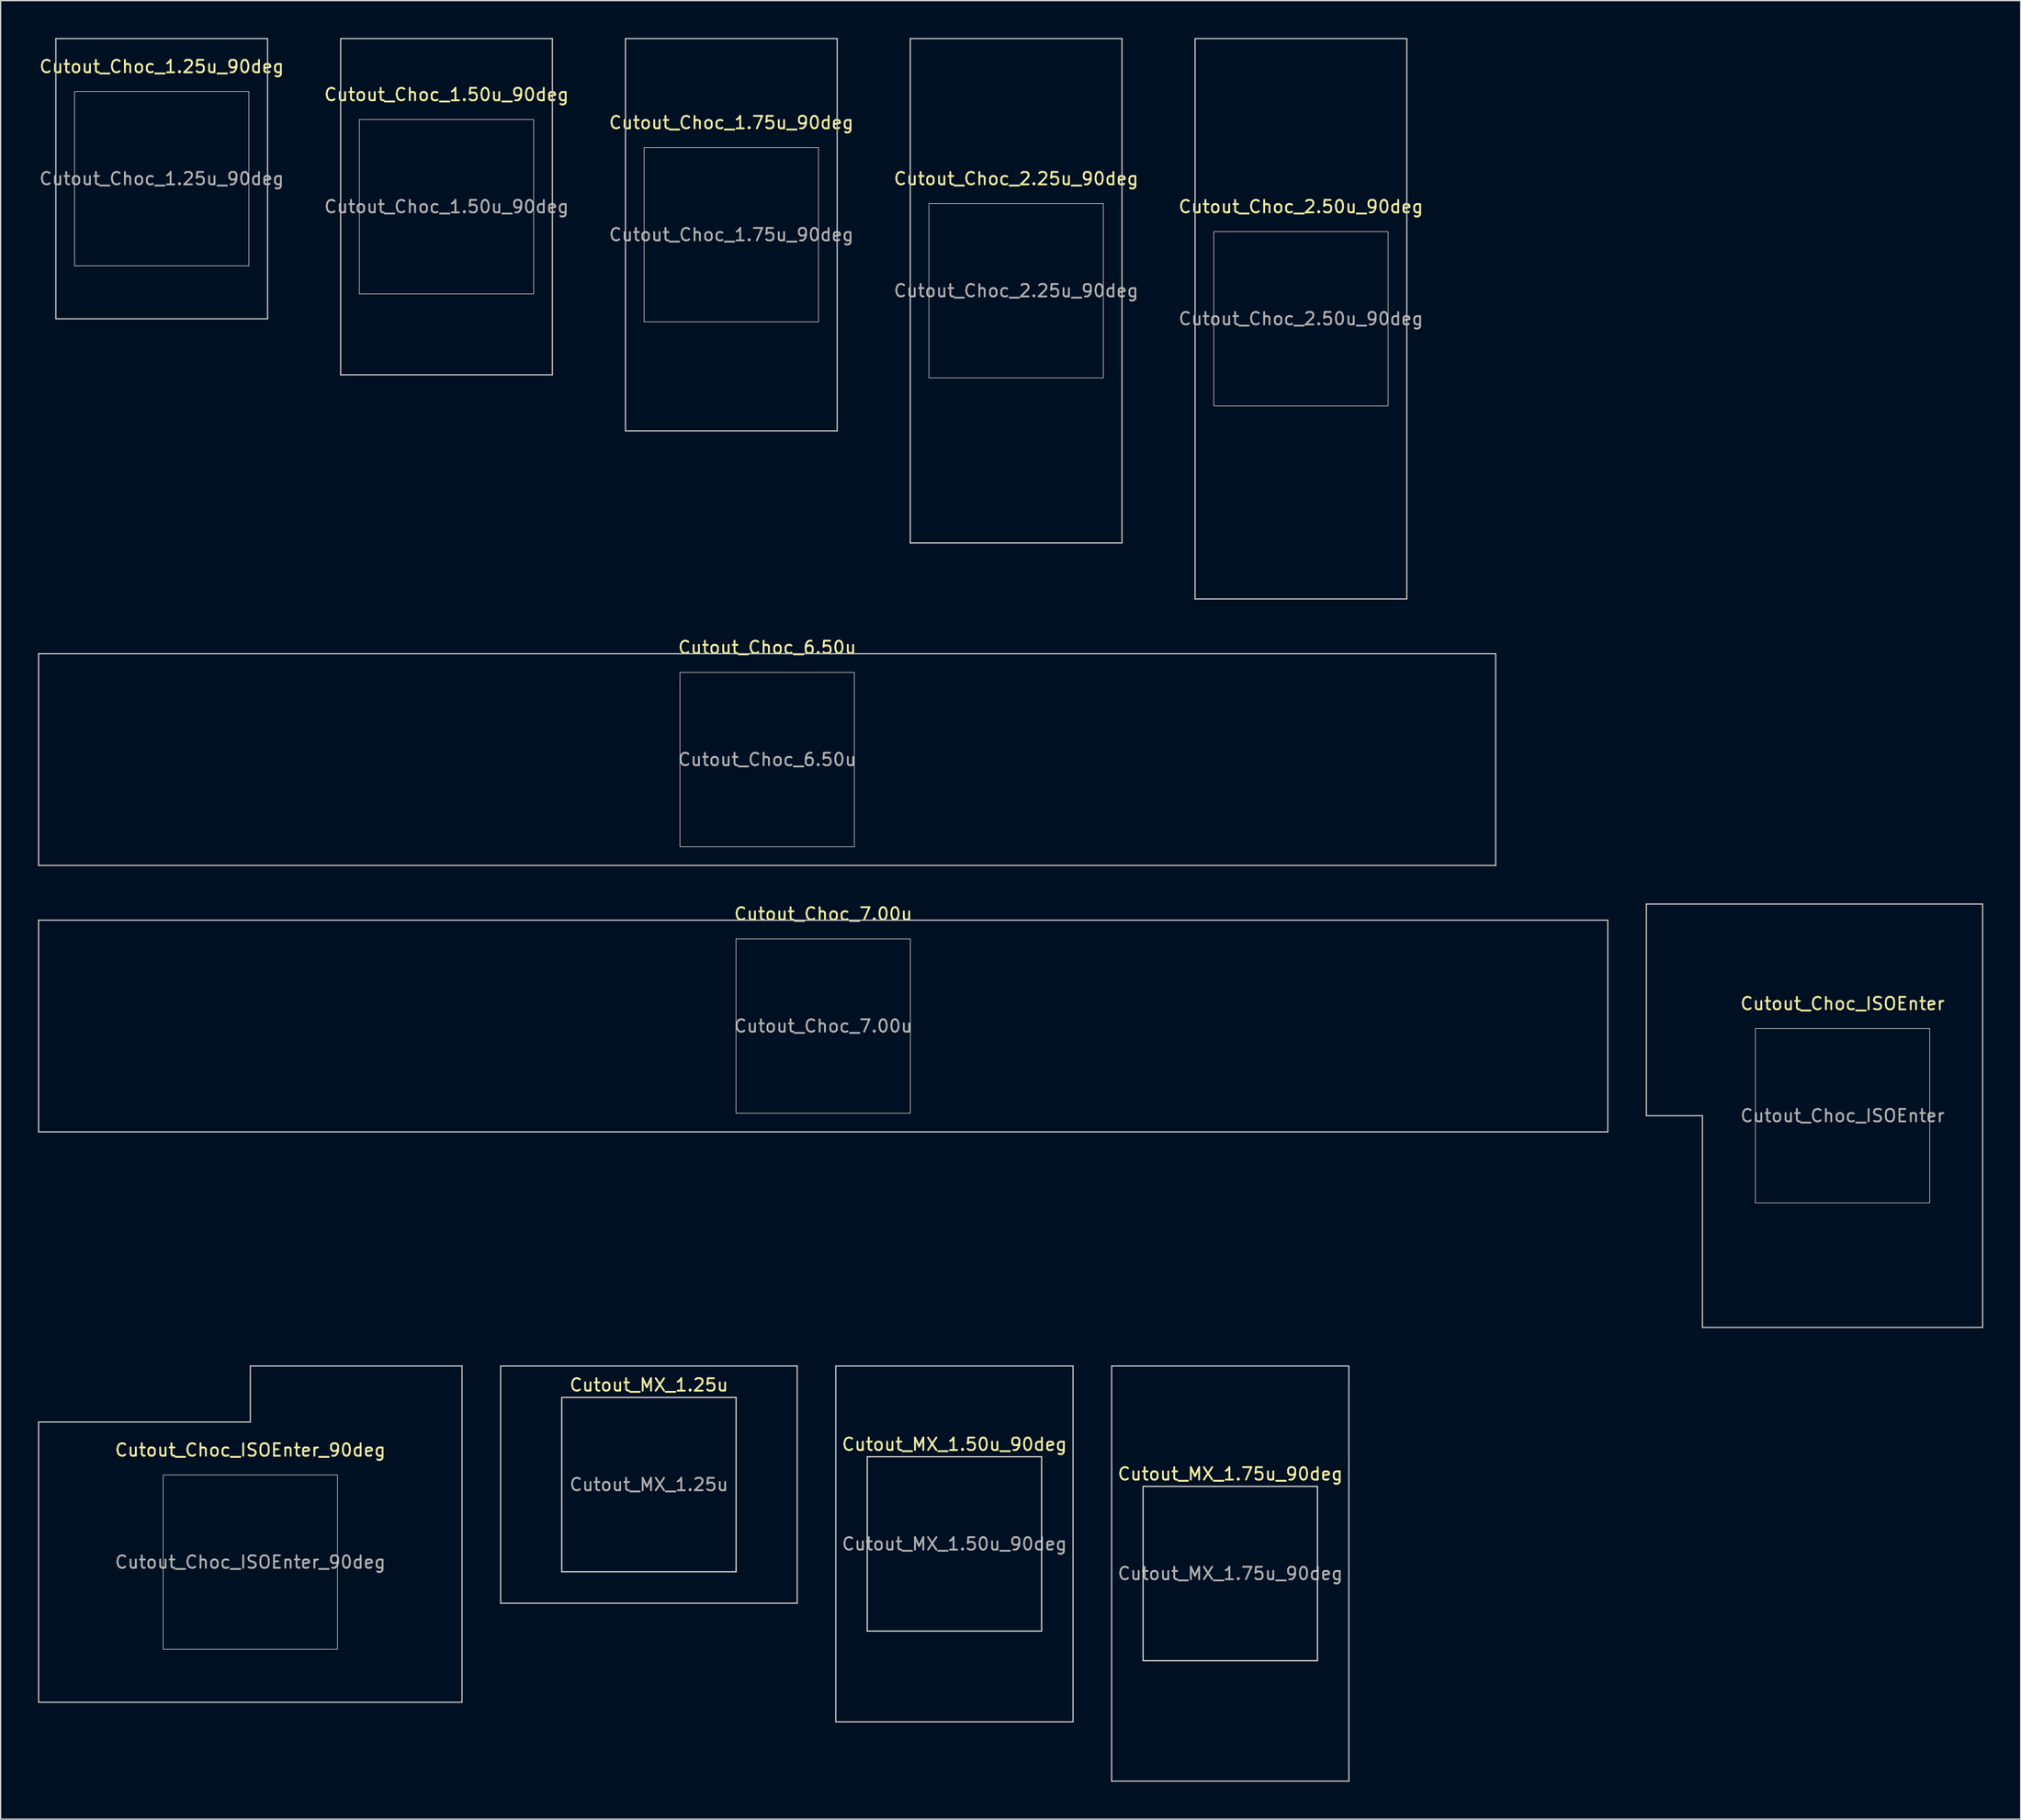
<source format=kicad_pcb>
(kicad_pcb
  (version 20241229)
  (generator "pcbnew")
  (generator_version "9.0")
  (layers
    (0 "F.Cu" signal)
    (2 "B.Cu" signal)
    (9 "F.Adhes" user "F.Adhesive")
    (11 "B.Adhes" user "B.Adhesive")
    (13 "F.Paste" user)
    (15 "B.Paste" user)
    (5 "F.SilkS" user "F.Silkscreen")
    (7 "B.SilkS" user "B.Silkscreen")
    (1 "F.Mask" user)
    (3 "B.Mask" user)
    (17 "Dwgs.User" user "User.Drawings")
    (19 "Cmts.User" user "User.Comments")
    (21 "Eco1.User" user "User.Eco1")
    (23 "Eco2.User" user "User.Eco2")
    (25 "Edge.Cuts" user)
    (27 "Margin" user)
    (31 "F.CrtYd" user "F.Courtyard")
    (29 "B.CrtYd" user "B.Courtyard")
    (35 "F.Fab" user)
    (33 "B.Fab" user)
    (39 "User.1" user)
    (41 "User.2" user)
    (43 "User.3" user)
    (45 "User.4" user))
  (footprint "Cutout_MX_1.50u_90deg"
    (layer "F.Cu")
    (at 73.588 120.936)
    (property "Reference" "Cutout_MX_1.50u_90deg" (at 0 -8 0) (layer "F.SilkS") (effects (font (size 1 1) (thickness 0.15))))
    (attr through_hole)
    (fp_line (start -9.525 -14.287) (end 9.525 -14.287) (stroke (width 0.1) (type solid)) (layer "Dwgs.User"))
    (fp_line (start -9.525 14.287) (end -9.525 -14.287) (stroke (width 0.1) (type solid)) (layer "Dwgs.User"))
    (fp_line (start 9.525 -14.287) (end 9.525 14.287) (stroke (width 0.1) (type solid)) (layer "Dwgs.User"))
    (fp_line (start 9.525 14.287) (end -9.525 14.287) (stroke (width 0.1) (type solid)) (layer "Dwgs.User"))
    (fp_line (start -7 -7) (end -7 7) (stroke (width 0.1) (type solid)) (layer "Edge.Cuts"))
    (fp_line (start -7 7) (end 7 7) (stroke (width 0.1) (type solid)) (layer "Edge.Cuts"))
    (fp_line (start 7 -7) (end -7 -7) (stroke (width 0.1) (type solid)) (layer "Edge.Cuts"))
    (fp_line (start 7 7) (end 7 -7) (stroke (width 0.1) (type solid)) (layer "Edge.Cuts"))
    (fp_text user "${REFERENCE}" (at 0 0 0) (layer "F.Fab") (effects (font (size 1 1) (thickness 0.15)))))
  (footprint "Cutout_Choc_1.50u_90deg"
    (layer "F.Cu")
    (at 32.804 13.55)
    (property "Reference" "Cutout_Choc_1.50u_90deg" (at 0 -9 0) (layer "F.SilkS") (effects (font (size 1 1) (thickness 0.15))))
    (attr through_hole)
    (fp_line (start -8.5 -13.5) (end 8.5 -13.5) (stroke (width 0.1) (type solid)) (layer "Dwgs.User"))
    (fp_line (start -8.5 13.5) (end -8.5 -13.5) (stroke (width 0.1) (type solid)) (layer "Dwgs.User"))
    (fp_line (start 8.5 -13.5) (end 8.5 13.5) (stroke (width 0.1) (type solid)) (layer "Dwgs.User"))
    (fp_line (start 8.5 13.5) (end -8.5 13.5) (stroke (width 0.1) (type solid)) (layer "Dwgs.User"))
    (fp_rect (start -7 -7) (end 7 7) (stroke (width 0.05) (type default)) (fill no) (layer "Edge.Cuts"))
    (fp_text user "${REFERENCE}" (at 0 0 0) (layer "F.Fab") (effects (font (size 1 1) (thickness 0.15)))))
  (footprint "Cutout_Choc_2.50u_90deg"
    (layer "F.Cu")
    (at 101.411 22.55)
    (property "Reference" "Cutout_Choc_2.50u_90deg" (at 0 -9 0) (layer "F.SilkS") (effects (font (size 1 1) (thickness 0.15))))
    (attr through_hole)
    (fp_line (start -8.5 -22.5) (end 8.5 -22.5) (stroke (width 0.1) (type solid)) (layer "Dwgs.User"))
    (fp_line (start -8.5 22.5) (end -8.5 -22.5) (stroke (width 0.1) (type solid)) (layer "Dwgs.User"))
    (fp_line (start 8.5 -22.5) (end 8.5 22.5) (stroke (width 0.1) (type solid)) (layer "Dwgs.User"))
    (fp_line (start 8.5 22.5) (end -8.5 22.5) (stroke (width 0.1) (type solid)) (layer "Dwgs.User"))
    (fp_rect (start -7 -7) (end 7 7) (stroke (width 0.05) (type default)) (fill no) (layer "Edge.Cuts"))
    (fp_text user "${REFERENCE}" (at 0 0 0) (layer "F.Fab") (effects (font (size 1 1) (thickness 0.15)))))
  (footprint "Cutout_Choc_6.50u"
    (layer "F.Cu")
    (at 58.55 57.948)
    (property "Reference" "Cutout_Choc_6.50u" (at 0 -9 0) (layer "F.SilkS") (effects (font (size 1 1) (thickness 0.15))))
    (attr through_hole)
    (fp_line (start -58.5 -8.5) (end -58.5 8.5) (stroke (width 0.1) (type solid)) (layer "Dwgs.User"))
    (fp_line (start -58.5 8.5) (end 58.5 8.5) (stroke (width 0.1) (type solid)) (layer "Dwgs.User"))
    (fp_line (start 58.5 -8.5) (end -58.5 -8.5) (stroke (width 0.1) (type solid)) (layer "Dwgs.User"))
    (fp_line (start 58.5 8.5) (end 58.5 -8.5) (stroke (width 0.1) (type solid)) (layer "Dwgs.User"))
    (fp_rect (start -7 -7) (end 7 7) (stroke (width 0.05) (type default)) (fill no) (layer "Edge.Cuts"))
    (fp_text user "${REFERENCE}" (at 0 0 0) (layer "F.Fab") (effects (font (size 1 1) (thickness 0.15)))))
  (footprint "Cutout_MX_1.75u_90deg"
    (layer "F.Cu")
    (at 95.737 123.317)
    (property "Reference" "Cutout_MX_1.75u_90deg" (at 0 -8 0) (layer "F.SilkS") (effects (font (size 1 1) (thickness 0.15))))
    (attr through_hole)
    (fp_line (start -9.525 -16.669) (end 9.525 -16.669) (stroke (width 0.1) (type solid)) (layer "Dwgs.User"))
    (fp_line (start -9.525 16.669) (end -9.525 -16.669) (stroke (width 0.1) (type solid)) (layer "Dwgs.User"))
    (fp_line (start 9.525 -16.669) (end 9.525 16.669) (stroke (width 0.1) (type solid)) (layer "Dwgs.User"))
    (fp_line (start 9.525 16.669) (end -9.525 16.669) (stroke (width 0.1) (type solid)) (layer "Dwgs.User"))
    (fp_line (start -7 -7) (end -7 7) (stroke (width 0.1) (type solid)) (layer "Edge.Cuts"))
    (fp_line (start -7 7) (end 7 7) (stroke (width 0.1) (type solid)) (layer "Edge.Cuts"))
    (fp_line (start 7 -7) (end -7 -7) (stroke (width 0.1) (type solid)) (layer "Edge.Cuts"))
    (fp_line (start 7 7) (end 7 -7) (stroke (width 0.1) (type solid)) (layer "Edge.Cuts"))
    (fp_text user "${REFERENCE}" (at 0 0 0) (layer "F.Fab") (effects (font (size 1 1) (thickness 0.15)))))
  (footprint "Cutout_Choc_ISOEnter_90deg"
    (layer "F.Cu")
    (at 17.05 122.398)
    (property "Reference" "Cutout_Choc_ISOEnter_90deg" (at 0 -9 0) (layer "F.SilkS") (effects (font (size 1 1) (thickness 0.15))))
    (attr through_hole)
    (fp_line (start -17 -11.25) (end -17 11.25) (stroke (width 0.1) (type solid)) (layer "Dwgs.User"))
    (fp_line (start -17 11.25) (end 17 11.25) (stroke (width 0.1) (type solid)) (layer "Dwgs.User"))
    (fp_line (start 0 -15.75) (end 0 -11.25) (stroke (width 0.1) (type solid)) (layer "Dwgs.User"))
    (fp_line (start 0 -11.25) (end -17 -11.25) (stroke (width 0.1) (type solid)) (layer "Dwgs.User"))
    (fp_line (start 17 -15.75) (end 0 -15.75) (stroke (width 0.1) (type solid)) (layer "Dwgs.User"))
    (fp_line (start 17 11.25) (end 17 -15.75) (stroke (width 0.1) (type solid)) (layer "Dwgs.User"))
    (fp_rect (start -7 -7) (end 7 7) (stroke (width 0.05) (type default)) (fill no) (layer "Edge.Cuts"))
    (fp_text user "${REFERENCE}" (at 0 0 0) (layer "F.Fab") (effects (font (size 1 1) (thickness 0.15)))))
  (footprint "Cutout_Choc_7.00u"
    (layer "F.Cu")
    (at 63.05 79.347)
    (property "Reference" "Cutout_Choc_7.00u" (at 0 -9 0) (layer "F.SilkS") (effects (font (size 1 1) (thickness 0.15))))
    (attr through_hole)
    (fp_line (start -63 -8.5) (end -63 8.5) (stroke (width 0.1) (type solid)) (layer "Dwgs.User"))
    (fp_line (start -63 8.5) (end 63 8.5) (stroke (width 0.1) (type solid)) (layer "Dwgs.User"))
    (fp_line (start 63 -8.5) (end -63 -8.5) (stroke (width 0.1) (type solid)) (layer "Dwgs.User"))
    (fp_line (start 63 8.5) (end 63 -8.5) (stroke (width 0.1) (type solid)) (layer "Dwgs.User"))
    (fp_rect (start -7 -7) (end 7 7) (stroke (width 0.05) (type default)) (fill no) (layer "Edge.Cuts"))
    (fp_text user "${REFERENCE}" (at 0 0 0) (layer "F.Fab") (effects (font (size 1 1) (thickness 0.15)))))
  (footprint "Cutout_Choc_ISOEnter"
    (layer "F.Cu")
    (at 144.9 86.548)
    (property "Reference" "Cutout_Choc_ISOEnter" (at 0 -9 0) (layer "F.SilkS") (effects (font (size 1 1) (thickness 0.15))))
    (attr through_hole)
    (fp_line (start -15.75 -17) (end -15.75 0) (stroke (width 0.1) (type solid)) (layer "Dwgs.User"))
    (fp_line (start -15.75 0) (end -11.25 0) (stroke (width 0.1) (type solid)) (layer "Dwgs.User"))
    (fp_line (start -11.25 0) (end -11.25 17) (stroke (width 0.1) (type solid)) (layer "Dwgs.User"))
    (fp_line (start -11.25 17) (end 11.25 17) (stroke (width 0.1) (type solid)) (layer "Dwgs.User"))
    (fp_line (start 11.25 -17) (end -15.75 -17) (stroke (width 0.1) (type solid)) (layer "Dwgs.User"))
    (fp_line (start 11.25 17) (end 11.25 -17) (stroke (width 0.1) (type solid)) (layer "Dwgs.User"))
    (fp_rect (start -7 -7) (end 7 7) (stroke (width 0.05) (type default)) (fill no) (layer "Edge.Cuts"))
    (fp_text user "${REFERENCE}" (at 0 0 0) (layer "F.Fab") (effects (font (size 1 1) (thickness 0.15)))))
  (footprint "Cutout_MX_1.25u"
    (layer "F.Cu")
    (at 49.056 116.173)
    (property "Reference" "Cutout_MX_1.25u" (at 0 -8 0) (layer "F.SilkS") (effects (font (size 1 1) (thickness 0.15))))
    (attr through_hole)
    (fp_line (start -11.906 -9.525) (end -11.906 9.525) (stroke (width 0.1) (type solid)) (layer "Dwgs.User"))
    (fp_line (start -11.906 9.525) (end 11.906 9.525) (stroke (width 0.1) (type solid)) (layer "Dwgs.User"))
    (fp_line (start 11.906 -9.525) (end -11.906 -9.525) (stroke (width 0.1) (type solid)) (layer "Dwgs.User"))
    (fp_line (start 11.906 9.525) (end 11.906 -9.525) (stroke (width 0.1) (type solid)) (layer "Dwgs.User"))
    (fp_line (start -7 -7) (end -7 7) (stroke (width 0.1) (type solid)) (layer "Edge.Cuts"))
    (fp_line (start -7 7) (end 7 7) (stroke (width 0.1) (type solid)) (layer "Edge.Cuts"))
    (fp_line (start 7 -7) (end -7 -7) (stroke (width 0.1) (type solid)) (layer "Edge.Cuts"))
    (fp_line (start 7 7) (end 7 -7) (stroke (width 0.1) (type solid)) (layer "Edge.Cuts"))
    (fp_text user "${REFERENCE}" (at 0 0 0) (layer "F.Fab") (effects (font (size 1 1) (thickness 0.15)))))
  (footprint "Cutout_Choc_2.25u_90deg"
    (layer "F.Cu")
    (at 78.542 20.3)
    (property "Reference" "Cutout_Choc_2.25u_90deg" (at 0 -9 0) (layer "F.SilkS") (effects (font (size 1 1) (thickness 0.15))))
    (attr through_hole)
    (fp_line (start -8.5 -20.25) (end 8.5 -20.25) (stroke (width 0.1) (type solid)) (layer "Dwgs.User"))
    (fp_line (start -8.5 20.25) (end -8.5 -20.25) (stroke (width 0.1) (type solid)) (layer "Dwgs.User"))
    (fp_line (start 8.5 -20.25) (end 8.5 20.25) (stroke (width 0.1) (type solid)) (layer "Dwgs.User"))
    (fp_line (start 8.5 20.25) (end -8.5 20.25) (stroke (width 0.1) (type solid)) (layer "Dwgs.User"))
    (fp_rect (start -7 -7) (end 7 7) (stroke (width 0.05) (type default)) (fill no) (layer "Edge.Cuts"))
    (fp_text user "${REFERENCE}" (at 0 0 0) (layer "F.Fab") (effects (font (size 1 1) (thickness 0.15)))))
  (footprint "Cutout_Choc_1.25u_90deg"
    (layer "F.Cu")
    (at 9.935 11.3)
    (property "Reference" "Cutout_Choc_1.25u_90deg" (at 0 -9 0) (layer "F.SilkS") (effects (font (size 1 1) (thickness 0.15))))
    (attr through_hole)
    (fp_line (start -8.5 -11.25) (end 8.5 -11.25) (stroke (width 0.1) (type solid)) (layer "Dwgs.User"))
    (fp_line (start -8.5 11.25) (end -8.5 -11.25) (stroke (width 0.1) (type solid)) (layer "Dwgs.User"))
    (fp_line (start 8.5 -11.25) (end 8.5 11.25) (stroke (width 0.1) (type solid)) (layer "Dwgs.User"))
    (fp_line (start 8.5 11.25) (end -8.5 11.25) (stroke (width 0.1) (type solid)) (layer "Dwgs.User"))
    (fp_rect (start -7 -7) (end 7 7) (stroke (width 0.05) (type default)) (fill no) (layer "Edge.Cuts"))
    (fp_text user "${REFERENCE}" (at 0 0 0) (layer "F.Fab") (effects (font (size 1 1) (thickness 0.15)))))
  (footprint "Cutout_Choc_1.75u_90deg"
    (layer "F.Cu")
    (at 55.673 15.8)
    (property "Reference" "Cutout_Choc_1.75u_90deg" (at 0 -9 0) (layer "F.SilkS") (effects (font (size 1 1) (thickness 0.15))))
    (attr through_hole)
    (fp_line (start -8.5 -15.75) (end 8.5 -15.75) (stroke (width 0.1) (type solid)) (layer "Dwgs.User"))
    (fp_line (start -8.5 15.75) (end -8.5 -15.75) (stroke (width 0.1) (type solid)) (layer "Dwgs.User"))
    (fp_line (start 8.5 -15.75) (end 8.5 15.75) (stroke (width 0.1) (type solid)) (layer "Dwgs.User"))
    (fp_line (start 8.5 15.75) (end -8.5 15.75) (stroke (width 0.1) (type solid)) (layer "Dwgs.User"))
    (fp_rect (start -7 -7) (end 7 7) (stroke (width 0.05) (type default)) (fill no) (layer "Edge.Cuts"))
    (fp_text user "${REFERENCE}" (at 0 0 0) (layer "F.Fab") (effects (font (size 1 1) (thickness 0.15)))))
  (gr_rect
    (start -3 -3)
    (end 159.2 143.036)
    (stroke (width 0.1) (type default))
    (fill no)
    (layer "Edge.Cuts")))
</source>
